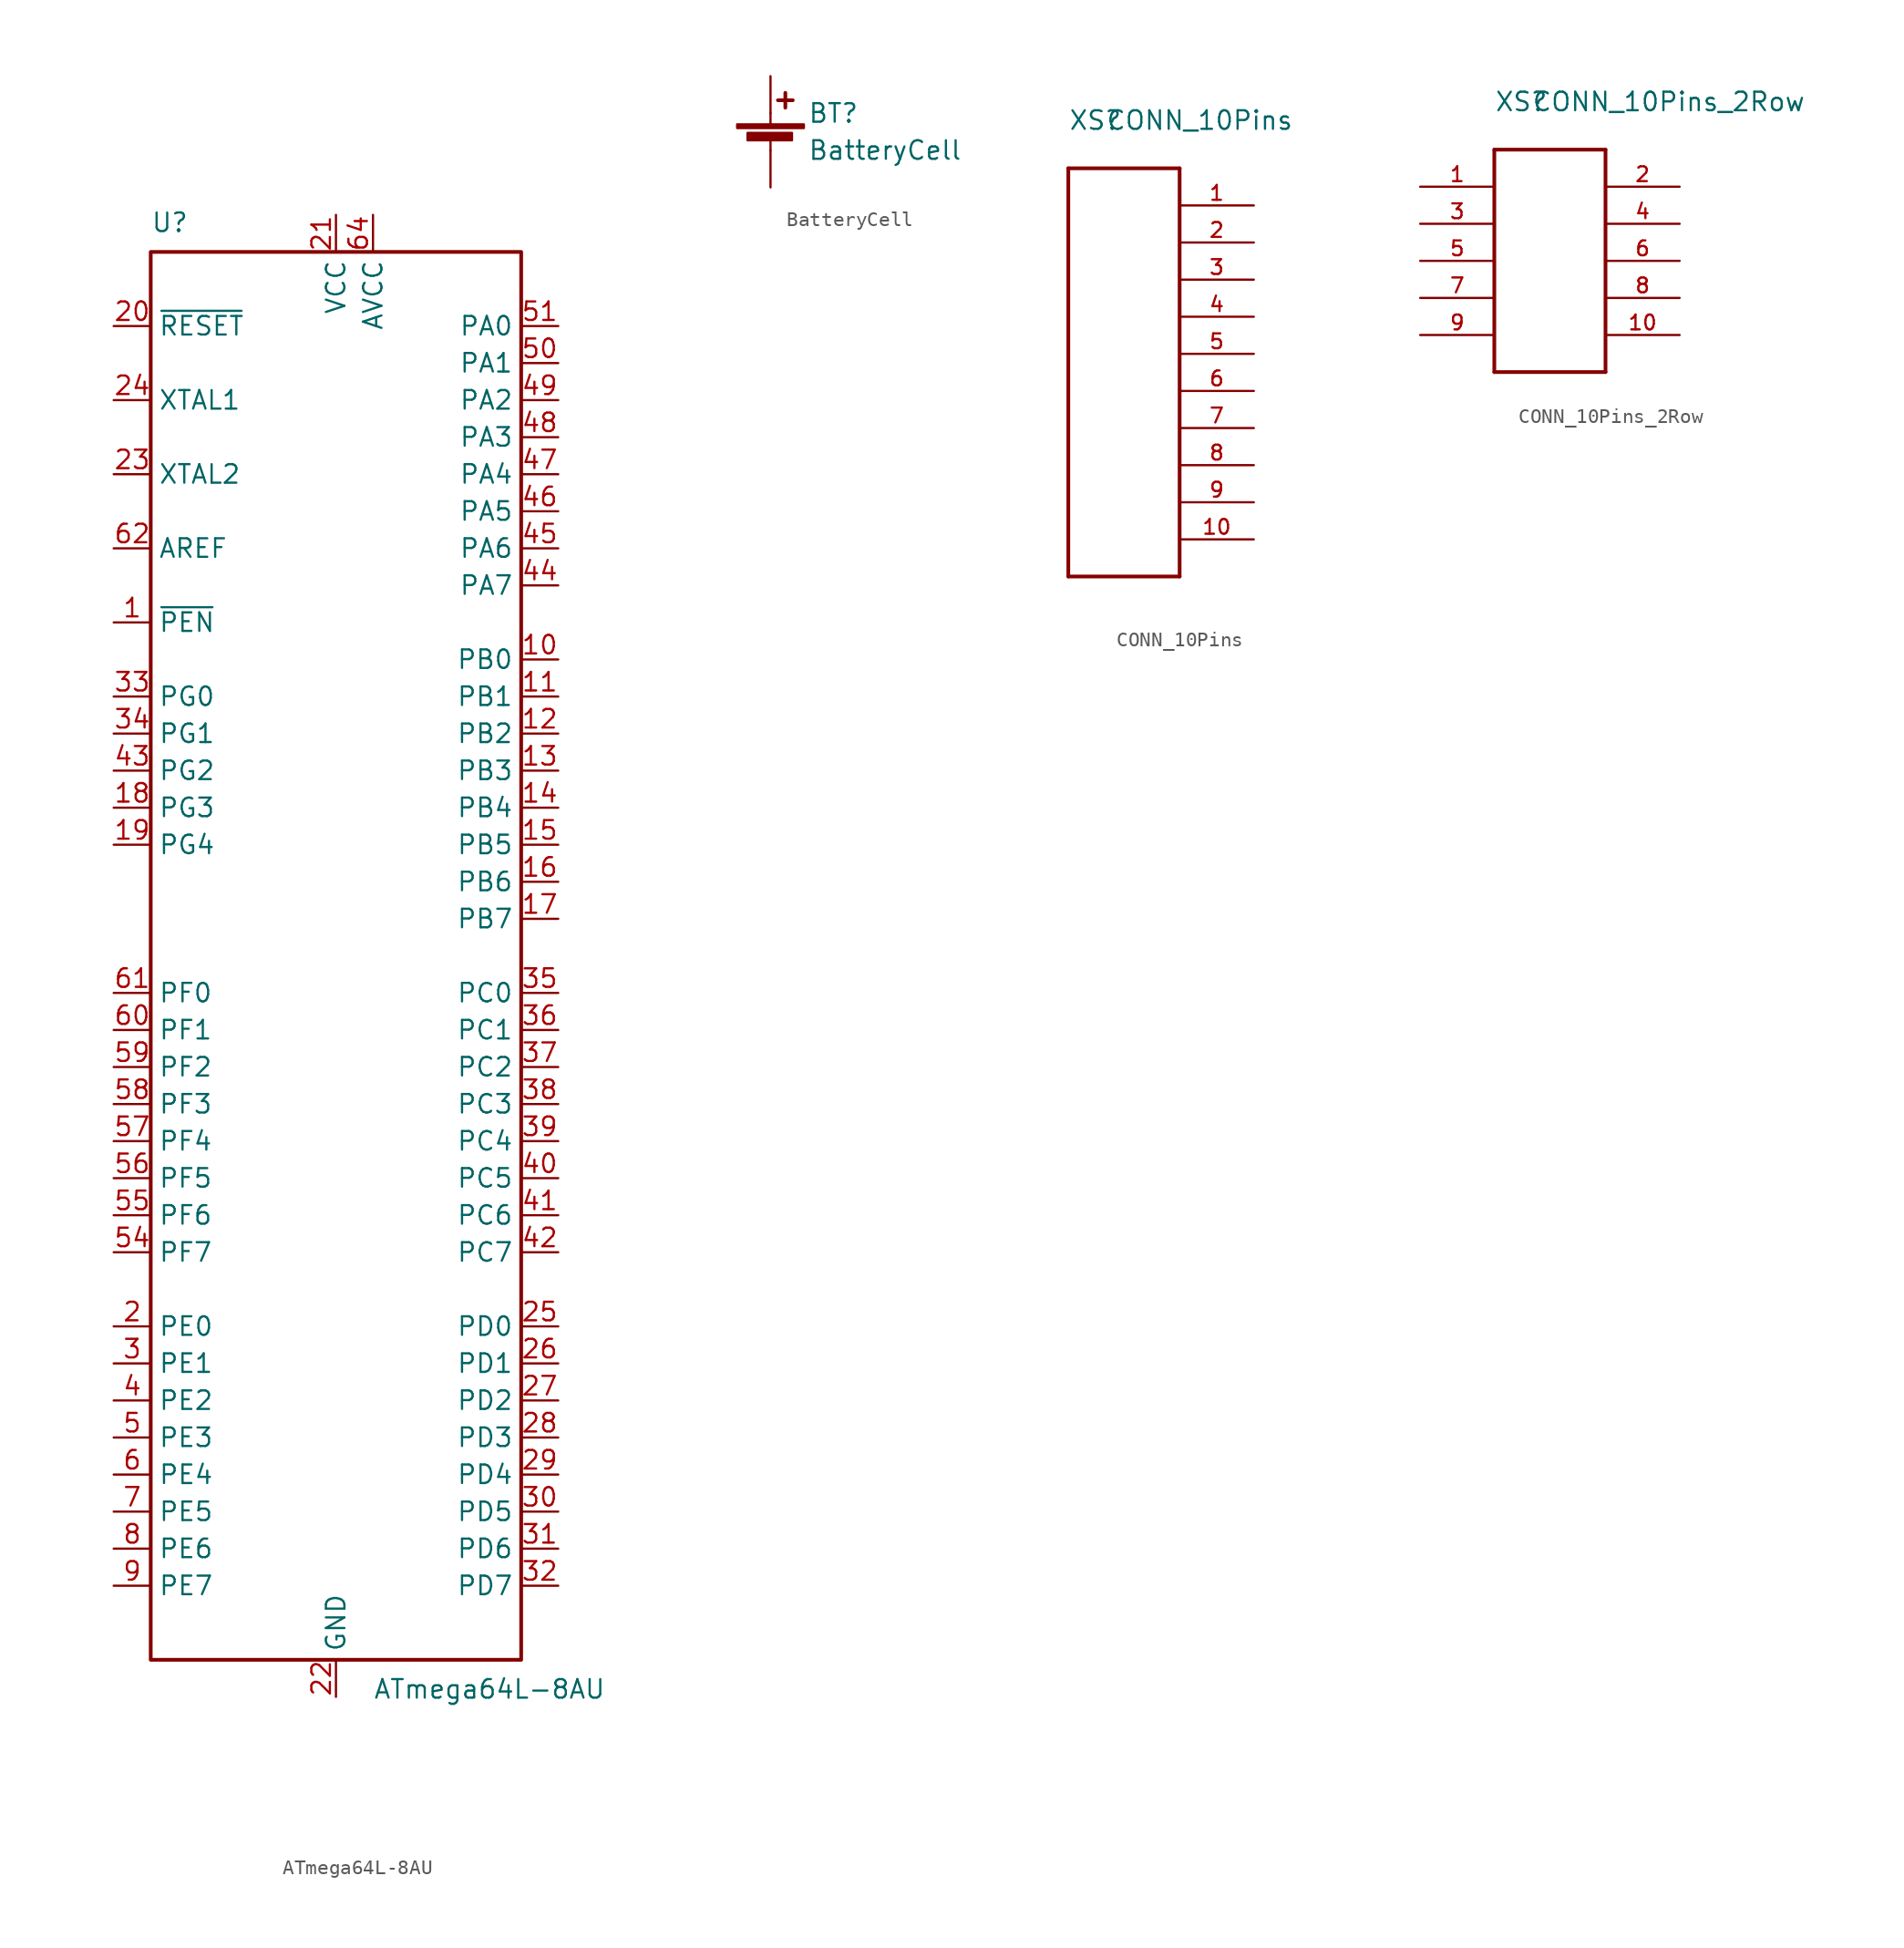
<source format=kicad_sym>
(kicad_symbol_lib
  (version 20220914)
  (generator kicad_symbol_editor)
  (symbol "ATmega64L-8AU"
    (property "Reference" "U"
      (at -12.7 49.53 0)
      (effects (font (size 1.27 1.27)) (justify left bottom)))
    (property "Value" "ATmega64L-8AU"
      (at 2.54 -49.53 0)
      (effects (font (size 1.27 1.27)) (justify left top)))
    (symbol "ATmega64L-8AU_0_1"
      (rectangle (start -12.7 -48.26) (end 12.7 48.26) (stroke (width 0.254) (type solid)) (fill (type none))))
    (symbol "ATmega64L-8AU_1_1"
      (pin input line (at -15.24 22.86 0) (length 2.54) (name "~{PEN}" (effects (font (size 1.27 1.27)))) (number "1" (effects (font (size 1.27 1.27)))))
      (pin bidirectional line (at 15.24 20.32 180) (length 2.54) (name "PB0" (effects (font (size 1.27 1.27)))) (number "10" (effects (font (size 1.27 1.27)))))
      (pin bidirectional line (at 15.24 17.78 180) (length 2.54) (name "PB1" (effects (font (size 1.27 1.27)))) (number "11" (effects (font (size 1.27 1.27)))))
      (pin bidirectional line (at 15.24 15.24 180) (length 2.54) (name "PB2" (effects (font (size 1.27 1.27)))) (number "12" (effects (font (size 1.27 1.27)))))
      (pin bidirectional line (at 15.24 12.7 180) (length 2.54) (name "PB3" (effects (font (size 1.27 1.27)))) (number "13" (effects (font (size 1.27 1.27)))))
      (pin bidirectional line (at 15.24 10.16 180) (length 2.54) (name "PB4" (effects (font (size 1.27 1.27)))) (number "14" (effects (font (size 1.27 1.27)))))
      (pin bidirectional line (at 15.24 7.62 180) (length 2.54) (name "PB5" (effects (font (size 1.27 1.27)))) (number "15" (effects (font (size 1.27 1.27)))))
      (pin bidirectional line (at 15.24 5.08 180) (length 2.54) (name "PB6" (effects (font (size 1.27 1.27)))) (number "16" (effects (font (size 1.27 1.27)))))
      (pin bidirectional line (at 15.24 2.54 180) (length 2.54) (name "PB7" (effects (font (size 1.27 1.27)))) (number "17" (effects (font (size 1.27 1.27)))))
      (pin bidirectional line (at -15.24 10.16 0) (length 2.54) (name "PG3" (effects (font (size 1.27 1.27)))) (number "18" (effects (font (size 1.27 1.27)))))
      (pin bidirectional line (at -15.24 7.62 0) (length 2.54) (name "PG4" (effects (font (size 1.27 1.27)))) (number "19" (effects (font (size 1.27 1.27)))))
      (pin bidirectional line (at -15.24 -25.4 0) (length 2.54) (name "PE0" (effects (font (size 1.27 1.27)))) (number "2" (effects (font (size 1.27 1.27)))))
      (pin input line (at -15.24 43.18 0) (length 2.54) (name "~{RESET}" (effects (font (size 1.27 1.27)))) (number "20" (effects (font (size 1.27 1.27)))))
      (pin power_in line (at 0 50.8 270) (length 2.54) (name "VCC" (effects (font (size 1.27 1.27)))) (number "21" (effects (font (size 1.27 1.27)))))
      (pin power_in line (at 0 -50.8 90) (length 2.54) (name "GND" (effects (font (size 1.27 1.27)))) (number "22" (effects (font (size 1.27 1.27)))))
      (pin output line (at -15.24 33.02 0) (length 2.54) (name "XTAL2" (effects (font (size 1.27 1.27)))) (number "23" (effects (font (size 1.27 1.27)))))
      (pin input line (at -15.24 38.1 0) (length 2.54) (name "XTAL1" (effects (font (size 1.27 1.27)))) (number "24" (effects (font (size 1.27 1.27)))))
      (pin bidirectional line (at 15.24 -25.4 180) (length 2.54) (name "PD0" (effects (font (size 1.27 1.27)))) (number "25" (effects (font (size 1.27 1.27)))))
      (pin bidirectional line (at 15.24 -27.94 180) (length 2.54) (name "PD1" (effects (font (size 1.27 1.27)))) (number "26" (effects (font (size 1.27 1.27)))))
      (pin bidirectional line (at 15.24 -30.48 180) (length 2.54) (name "PD2" (effects (font (size 1.27 1.27)))) (number "27" (effects (font (size 1.27 1.27)))))
      (pin bidirectional line (at 15.24 -33.02 180) (length 2.54) (name "PD3" (effects (font (size 1.27 1.27)))) (number "28" (effects (font (size 1.27 1.27)))))
      (pin bidirectional line (at 15.24 -35.56 180) (length 2.54) (name "PD4" (effects (font (size 1.27 1.27)))) (number "29" (effects (font (size 1.27 1.27)))))
      (pin bidirectional line (at -15.24 -27.94 0) (length 2.54) (name "PE1" (effects (font (size 1.27 1.27)))) (number "3" (effects (font (size 1.27 1.27)))))
      (pin bidirectional line (at 15.24 -38.1 180) (length 2.54) (name "PD5" (effects (font (size 1.27 1.27)))) (number "30" (effects (font (size 1.27 1.27)))))
      (pin bidirectional line (at 15.24 -40.64 180) (length 2.54) (name "PD6" (effects (font (size 1.27 1.27)))) (number "31" (effects (font (size 1.27 1.27)))))
      (pin bidirectional line (at 15.24 -43.18 180) (length 2.54) (name "PD7" (effects (font (size 1.27 1.27)))) (number "32" (effects (font (size 1.27 1.27)))))
      (pin bidirectional line (at -15.24 17.78 0) (length 2.54) (name "PG0" (effects (font (size 1.27 1.27)))) (number "33" (effects (font (size 1.27 1.27)))))
      (pin bidirectional line (at -15.24 15.24 0) (length 2.54) (name "PG1" (effects (font (size 1.27 1.27)))) (number "34" (effects (font (size 1.27 1.27)))))
      (pin bidirectional line (at 15.24 -2.54 180) (length 2.54) (name "PC0" (effects (font (size 1.27 1.27)))) (number "35" (effects (font (size 1.27 1.27)))))
      (pin bidirectional line (at 15.24 -5.08 180) (length 2.54) (name "PC1" (effects (font (size 1.27 1.27)))) (number "36" (effects (font (size 1.27 1.27)))))
      (pin bidirectional line (at 15.24 -7.62 180) (length 2.54) (name "PC2" (effects (font (size 1.27 1.27)))) (number "37" (effects (font (size 1.27 1.27)))))
      (pin bidirectional line (at 15.24 -10.16 180) (length 2.54) (name "PC3" (effects (font (size 1.27 1.27)))) (number "38" (effects (font (size 1.27 1.27)))))
      (pin bidirectional line (at 15.24 -12.7 180) (length 2.54) (name "PC4" (effects (font (size 1.27 1.27)))) (number "39" (effects (font (size 1.27 1.27)))))
      (pin bidirectional line (at -15.24 -30.48 0) (length 2.54) (name "PE2" (effects (font (size 1.27 1.27)))) (number "4" (effects (font (size 1.27 1.27)))))
      (pin bidirectional line (at 15.24 -15.24 180) (length 2.54) (name "PC5" (effects (font (size 1.27 1.27)))) (number "40" (effects (font (size 1.27 1.27)))))
      (pin bidirectional line (at 15.24 -17.78 180) (length 2.54) (name "PC6" (effects (font (size 1.27 1.27)))) (number "41" (effects (font (size 1.27 1.27)))))
      (pin bidirectional line (at 15.24 -20.32 180) (length 2.54) (name "PC7" (effects (font (size 1.27 1.27)))) (number "42" (effects (font (size 1.27 1.27)))))
      (pin bidirectional line (at -15.24 12.7 0) (length 2.54) (name "PG2" (effects (font (size 1.27 1.27)))) (number "43" (effects (font (size 1.27 1.27)))))
      (pin bidirectional line (at 15.24 25.4 180) (length 2.54) (name "PA7" (effects (font (size 1.27 1.27)))) (number "44" (effects (font (size 1.27 1.27)))))
      (pin bidirectional line (at 15.24 27.94 180) (length 2.54) (name "PA6" (effects (font (size 1.27 1.27)))) (number "45" (effects (font (size 1.27 1.27)))))
      (pin bidirectional line (at 15.24 30.48 180) (length 2.54) (name "PA5" (effects (font (size 1.27 1.27)))) (number "46" (effects (font (size 1.27 1.27)))))
      (pin bidirectional line (at 15.24 33.02 180) (length 2.54) (name "PA4" (effects (font (size 1.27 1.27)))) (number "47" (effects (font (size 1.27 1.27)))))
      (pin bidirectional line (at 15.24 35.56 180) (length 2.54) (name "PA3" (effects (font (size 1.27 1.27)))) (number "48" (effects (font (size 1.27 1.27)))))
      (pin bidirectional line (at 15.24 38.1 180) (length 2.54) (name "PA2" (effects (font (size 1.27 1.27)))) (number "49" (effects (font (size 1.27 1.27)))))
      (pin bidirectional line (at -15.24 -33.02 0) (length 2.54) (name "PE3" (effects (font (size 1.27 1.27)))) (number "5" (effects (font (size 1.27 1.27)))))
      (pin bidirectional line (at 15.24 40.64 180) (length 2.54) (name "PA1" (effects (font (size 1.27 1.27)))) (number "50" (effects (font (size 1.27 1.27)))))
      (pin bidirectional line (at 15.24 43.18 180) (length 2.54) (name "PA0" (effects (font (size 1.27 1.27)))) (number "51" (effects (font (size 1.27 1.27)))))
      (pin passive line (at 0 50.8 270) (length 2.54) hide (name "VCC" (effects (font (size 1.27 1.27)))) (number "52" (effects (font (size 1.27 1.27)))))
      (pin passive line (at 0 -50.8 90) (length 2.54) hide (name "GND" (effects (font (size 1.27 1.27)))) (number "53" (effects (font (size 1.27 1.27)))))
      (pin bidirectional line (at -15.24 -20.32 0) (length 2.54) (name "PF7" (effects (font (size 1.27 1.27)))) (number "54" (effects (font (size 1.27 1.27)))))
      (pin bidirectional line (at -15.24 -17.78 0) (length 2.54) (name "PF6" (effects (font (size 1.27 1.27)))) (number "55" (effects (font (size 1.27 1.27)))))
      (pin bidirectional line (at -15.24 -15.24 0) (length 2.54) (name "PF5" (effects (font (size 1.27 1.27)))) (number "56" (effects (font (size 1.27 1.27)))))
      (pin bidirectional line (at -15.24 -12.7 0) (length 2.54) (name "PF4" (effects (font (size 1.27 1.27)))) (number "57" (effects (font (size 1.27 1.27)))))
      (pin bidirectional line (at -15.24 -10.16 0) (length 2.54) (name "PF3" (effects (font (size 1.27 1.27)))) (number "58" (effects (font (size 1.27 1.27)))))
      (pin bidirectional line (at -15.24 -7.62 0) (length 2.54) (name "PF2" (effects (font (size 1.27 1.27)))) (number "59" (effects (font (size 1.27 1.27)))))
      (pin bidirectional line (at -15.24 -35.56 0) (length 2.54) (name "PE4" (effects (font (size 1.27 1.27)))) (number "6" (effects (font (size 1.27 1.27)))))
      (pin bidirectional line (at -15.24 -5.08 0) (length 2.54) (name "PF1" (effects (font (size 1.27 1.27)))) (number "60" (effects (font (size 1.27 1.27)))))
      (pin bidirectional line (at -15.24 -2.54 0) (length 2.54) (name "PF0" (effects (font (size 1.27 1.27)))) (number "61" (effects (font (size 1.27 1.27)))))
      (pin passive line (at -15.24 27.94 0) (length 2.54) (name "AREF" (effects (font (size 1.27 1.27)))) (number "62" (effects (font (size 1.27 1.27)))))
      (pin passive line (at 0 -50.8 90) (length 2.54) hide (name "GND" (effects (font (size 1.27 1.27)))) (number "63" (effects (font (size 1.27 1.27)))))
      (pin power_in line (at 2.54 50.8 270) (length 2.54) (name "AVCC" (effects (font (size 1.27 1.27)))) (number "64" (effects (font (size 1.27 1.27)))))
      (pin bidirectional line (at -15.24 -38.1 0) (length 2.54) (name "PE5" (effects (font (size 1.27 1.27)))) (number "7" (effects (font (size 1.27 1.27)))))
      (pin bidirectional line (at -15.24 -40.64 0) (length 2.54) (name "PE6" (effects (font (size 1.27 1.27)))) (number "8" (effects (font (size 1.27 1.27)))))
      (pin bidirectional line (at -15.24 -43.18 0) (length 2.54) (name "PE7" (effects (font (size 1.27 1.27)))) (number "9" (effects (font (size 1.27 1.27)))))))
  (symbol "BatteryCell"
    (pin_numbers hide)
    (pin_names
      (offset 0) hide)
    (property "Reference" "BT"
      (at 2.54 2.54 0)
      (effects (font (size 1.27 1.27)) (justify left)))
    (property "Value" "BatteryCell"
      (at 2.54 0 0)
      (effects (font (size 1.27 1.27)) (justify left)))
    (symbol "BatteryCell_0_1"
      (rectangle (start -2.286 1.778) (end 2.286 1.524) (stroke (width 0) (type solid)) (fill (type outline)))
      (rectangle (start -1.575 1.194) (end 1.473 0.686) (stroke (width 0) (type solid)) (fill (type outline)))
      (polyline (pts (xy 0 0.762) (xy 0 0)) (stroke (width 0) (type solid)) (fill (type none)))
      (polyline (pts (xy 0 1.778) (xy 0 2.54)) (stroke (width 0) (type solid)) (fill (type none)))
      (polyline (pts (xy 0.508 3.429) (xy 1.524 3.429)) (stroke (width 0.254) (type solid)) (fill (type none)))
      (polyline (pts (xy 1.016 3.937) (xy 1.016 2.921)) (stroke (width 0.254) (type solid)) (fill (type none))))
    (symbol "BatteryCell_1_1"
      (pin passive line (at 0 5.08 270) (length 2.54) (name "+" (effects (font (size 1.27 1.27)))) (number "1" (effects (font (size 1.27 1.27)))))
      (pin passive line (at 0 -2.54 90) (length 2.54) (name "-" (effects (font (size 1.27 1.27)))) (number "2" (effects (font (size 1.27 1.27)))))))
  (symbol "CONN_10Pins"
    (pin_names
      (offset 1.016))
    (property "Reference" "XS"
      (at 0 2.54 0)
      (effects (font (size 1.27 1.27)) (justify left bottom)))
    (property "Value" "CONN_10Pins"
      (at 2.54 2.54 0)
      (effects (font (size 1.27 1.27)) (justify left bottom)))
    (symbol "CONN_10Pins_1_0"
      (polyline (pts (xy 0 -27.94) (xy 0 0)) (stroke (width 0.254) (type solid)) (fill (type none)))
      (polyline (pts (xy 0 0) (xy 7.62 0)) (stroke (width 0.254) (type solid)) (fill (type none)))
      (polyline (pts (xy 7.62 -27.94) (xy 0 -27.94)) (stroke (width 0.254) (type solid)) (fill (type none)))
      (polyline (pts (xy 7.62 0) (xy 7.62 -27.94)) (stroke (width 0.254) (type solid)) (fill (type none))))
    (symbol "CONN_10Pins_1_1"
      (pin passive line (at 12.7 -2.54 180) (length 5.08) (name "~" (effects (font (size 1.016 1.016)))) (number "1" (effects (font (size 1.016 1.016)))))
      (pin passive line (at 12.7 -25.4 180) (length 5.08) (name "~" (effects (font (size 1.016 1.016)))) (number "10" (effects (font (size 1.016 1.016)))))
      (pin passive line (at 12.7 -5.08 180) (length 5.08) (name "~" (effects (font (size 1.016 1.016)))) (number "2" (effects (font (size 1.016 1.016)))))
      (pin passive line (at 12.7 -7.62 180) (length 5.08) (name "~" (effects (font (size 1.016 1.016)))) (number "3" (effects (font (size 1.016 1.016)))))
      (pin passive line (at 12.7 -10.16 180) (length 5.08) (name "~" (effects (font (size 1.016 1.016)))) (number "4" (effects (font (size 1.016 1.016)))))
      (pin passive line (at 12.7 -12.7 180) (length 5.08) (name "~" (effects (font (size 1.016 1.016)))) (number "5" (effects (font (size 1.016 1.016)))))
      (pin passive line (at 12.7 -15.24 180) (length 5.08) (name "~" (effects (font (size 1.016 1.016)))) (number "6" (effects (font (size 1.016 1.016)))))
      (pin passive line (at 12.7 -17.78 180) (length 5.08) (name "~" (effects (font (size 1.016 1.016)))) (number "7" (effects (font (size 1.016 1.016)))))
      (pin passive line (at 12.7 -20.32 180) (length 5.08) (name "~" (effects (font (size 1.016 1.016)))) (number "8" (effects (font (size 1.016 1.016)))))
      (pin passive line (at 12.7 -22.86 180) (length 5.08) (name "~" (effects (font (size 1.016 1.016)))) (number "9" (effects (font (size 1.016 1.016)))))))
  (symbol "CONN_10Pins_2Row"
    (pin_names
      (offset 1.016))
    (property "Reference" "XS"
      (at 0 2.54 0)
      (effects (font (size 1.27 1.27)) (justify left bottom)))
    (property "Value" "CONN_10Pins_2Row"
      (at 2.54 2.54 0)
      (effects (font (size 1.27 1.27)) (justify left bottom)))
    (symbol "CONN_10Pins_2Row_1_0"
      (polyline (pts (xy 0 -15.24) (xy 0 0)) (stroke (width 0.254) (type solid)) (fill (type none)))
      (polyline (pts (xy 0 0) (xy 7.62 0)) (stroke (width 0.254) (type solid)) (fill (type none)))
      (polyline (pts (xy 7.62 -15.24) (xy 0 -15.24)) (stroke (width 0.254) (type solid)) (fill (type none)))
      (polyline (pts (xy 7.62 0) (xy 7.62 -15.24)) (stroke (width 0.254) (type solid)) (fill (type none))))
    (symbol "CONN_10Pins_2Row_1_1"
      (pin passive line (at -5.08 -2.54 0) (length 5.08) (name "~" (effects (font (size 1.016 1.016)))) (number "1" (effects (font (size 1.016 1.016)))))
      (pin passive line (at 12.7 -12.7 180) (length 5.08) (name "~" (effects (font (size 1.016 1.016)))) (number "10" (effects (font (size 1.016 1.016)))))
      (pin passive line (at 12.7 -2.54 180) (length 5.08) (name "~" (effects (font (size 1.016 1.016)))) (number "2" (effects (font (size 1.016 1.016)))))
      (pin passive line (at -5.08 -5.08 0) (length 5.08) (name "~" (effects (font (size 1.016 1.016)))) (number "3" (effects (font (size 1.016 1.016)))))
      (pin passive line (at 12.7 -5.08 180) (length 5.08) (name "~" (effects (font (size 1.016 1.016)))) (number "4" (effects (font (size 1.016 1.016)))))
      (pin passive line (at -5.08 -7.62 0) (length 5.08) (name "~" (effects (font (size 1.016 1.016)))) (number "5" (effects (font (size 1.016 1.016)))))
      (pin passive line (at 12.7 -7.62 180) (length 5.08) (name "~" (effects (font (size 1.016 1.016)))) (number "6" (effects (font (size 1.016 1.016)))))
      (pin passive line (at -5.08 -10.16 0) (length 5.08) (name "~" (effects (font (size 1.016 1.016)))) (number "7" (effects (font (size 1.016 1.016)))))
      (pin passive line (at 12.7 -10.16 180) (length 5.08) (name "~" (effects (font (size 1.016 1.016)))) (number "8" (effects (font (size 1.016 1.016)))))
      (pin passive line (at -5.08 -12.7 0) (length 5.08) (name "~" (effects (font (size 1.016 1.016)))) (number "9" (effects (font (size 1.016 1.016))))))))
</source>
